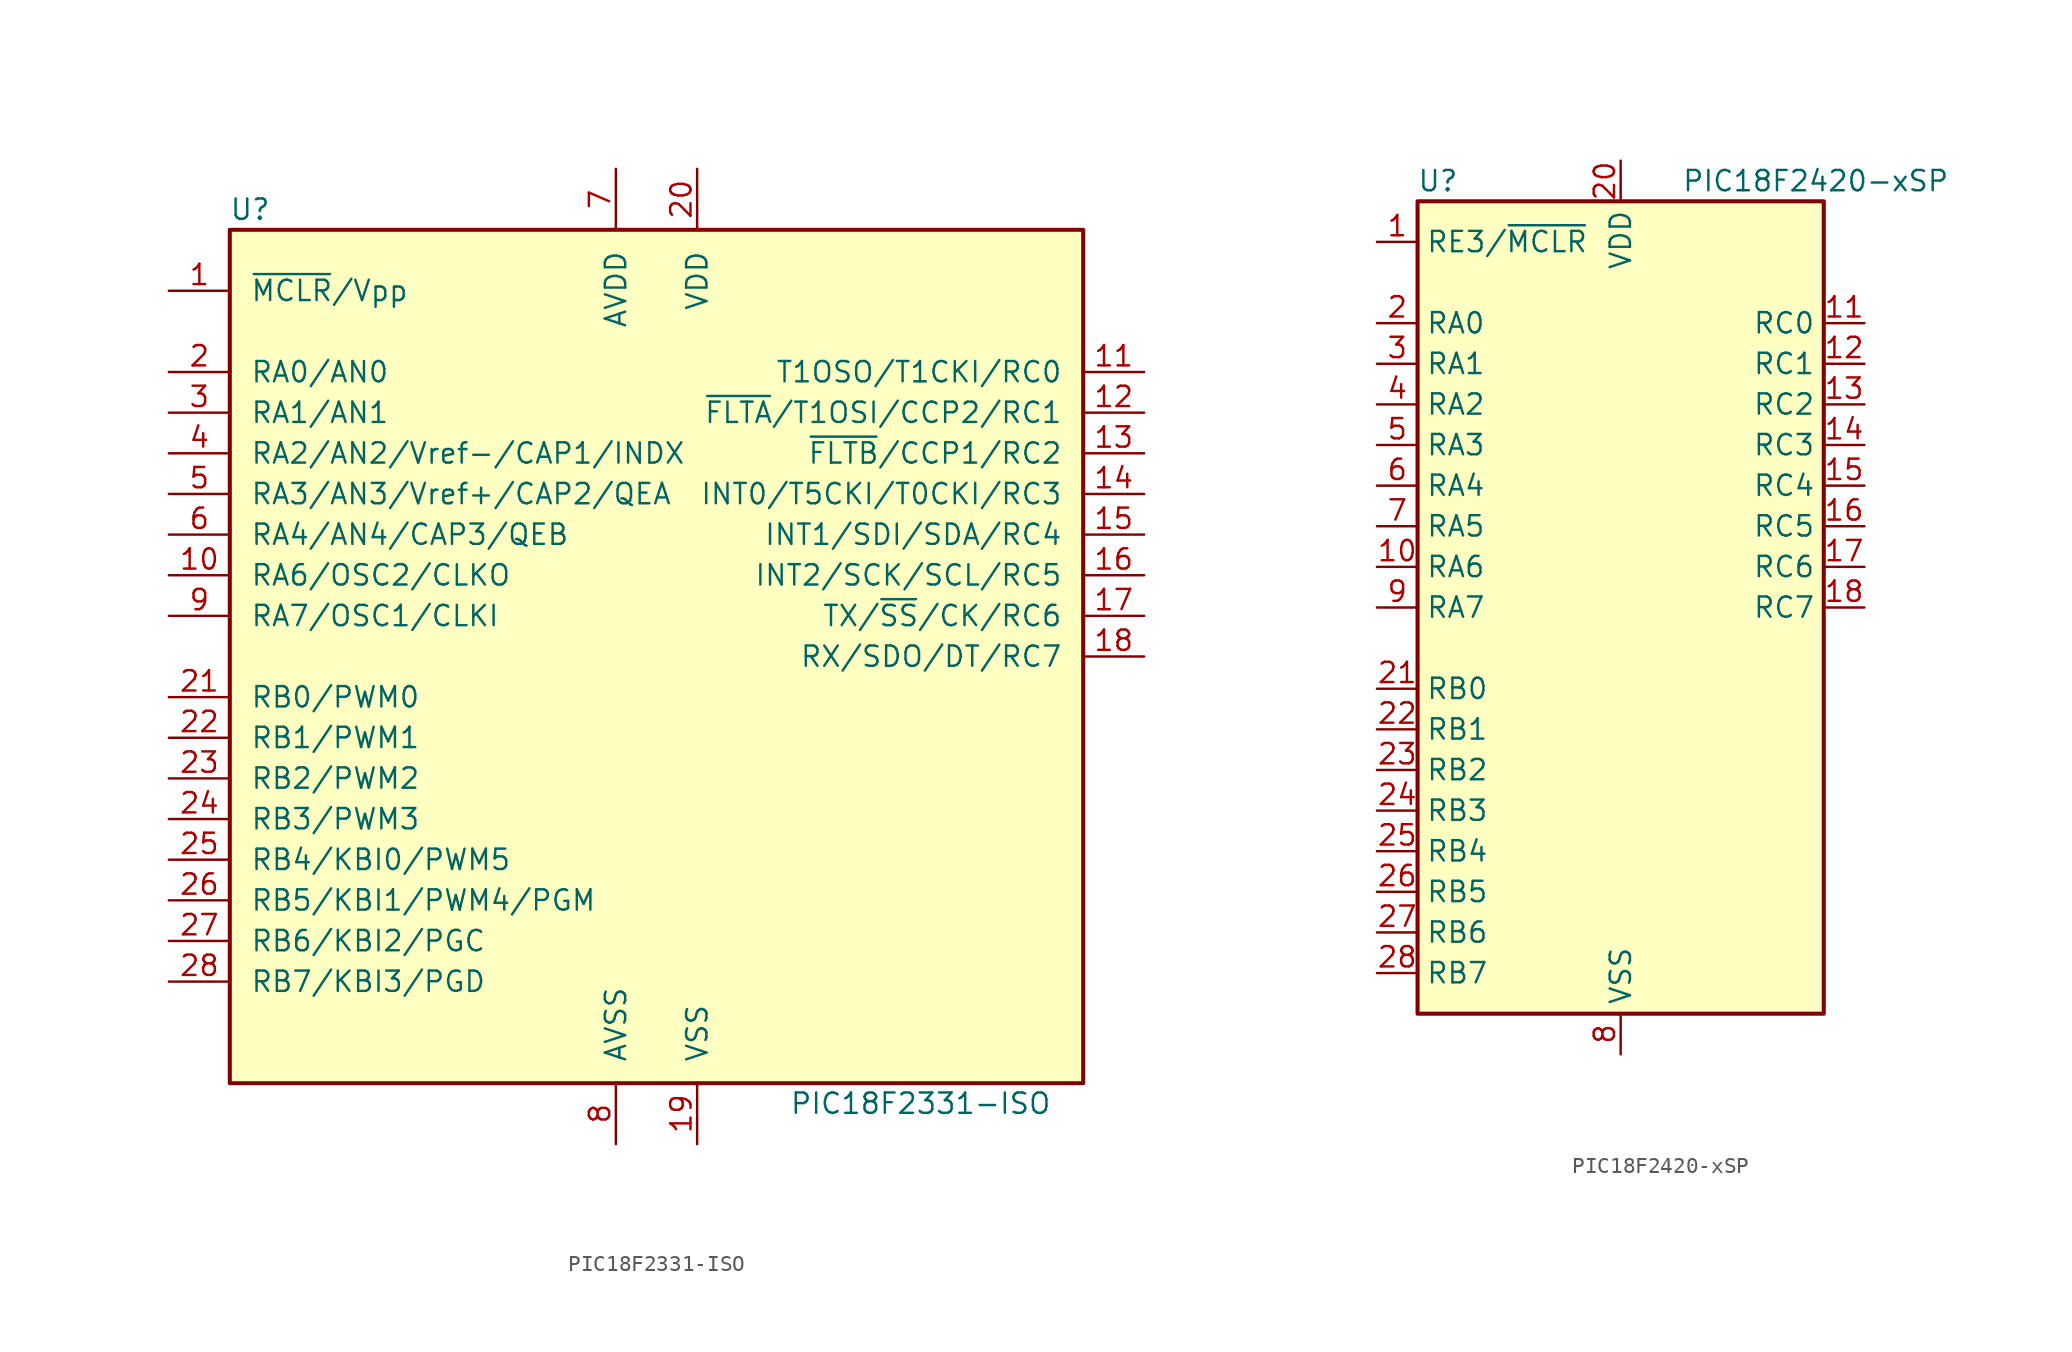
<source format=kicad_sym>
(kicad_symbol_lib
  (version 20220914)
  (generator kicad_symbol_editor)
  (symbol "PIC18F2331-ISO"
    (pin_names
      (offset 1.27))
    (property "Reference" "U"
      (at -25.4 27.94 0)
      (effects (font (size 1.27 1.27))))
    (property "Value" "PIC18F2331-ISO"
      (at 16.51 -27.94 0)
      (effects (font (size 1.27 1.27))))
    (symbol "PIC18F2331-ISO_0_1"
      (rectangle (start -26.67 26.67) (end 26.67 -26.67) (stroke (width 0.254) (type default)) (fill (type background))))
    (symbol "PIC18F2331-ISO_1_1"
      (pin input line (at -30.48 22.86 0) (length 3.81) (name "~{MCLR}/Vpp" (effects (font (size 1.27 1.27)))) (number "1" (effects (font (size 1.27 1.27)))))
      (pin bidirectional line (at -30.48 5.08 0) (length 3.81) (name "RA6/OSC2/CLKO" (effects (font (size 1.27 1.27)))) (number "10" (effects (font (size 1.27 1.27)))))
      (pin bidirectional line (at 30.48 17.78 180) (length 3.81) (name "T1OSO/T1CKI/RC0" (effects (font (size 1.27 1.27)))) (number "11" (effects (font (size 1.27 1.27)))))
      (pin bidirectional line (at 30.48 15.24 180) (length 3.81) (name "~{FLTA}/T1OSI/CCP2/RC1" (effects (font (size 1.27 1.27)))) (number "12" (effects (font (size 1.27 1.27)))))
      (pin bidirectional line (at 30.48 12.7 180) (length 3.81) (name "~{FLTB}/CCP1/RC2" (effects (font (size 1.27 1.27)))) (number "13" (effects (font (size 1.27 1.27)))))
      (pin bidirectional line (at 30.48 10.16 180) (length 3.81) (name "INT0/T5CKI/T0CKI/RC3" (effects (font (size 1.27 1.27)))) (number "14" (effects (font (size 1.27 1.27)))))
      (pin bidirectional line (at 30.48 7.62 180) (length 3.81) (name "INT1/SDI/SDA/RC4" (effects (font (size 1.27 1.27)))) (number "15" (effects (font (size 1.27 1.27)))))
      (pin bidirectional line (at 30.48 5.08 180) (length 3.81) (name "INT2/SCK/SCL/RC5" (effects (font (size 1.27 1.27)))) (number "16" (effects (font (size 1.27 1.27)))))
      (pin bidirectional line (at 30.48 2.54 180) (length 3.81) (name "TX/~{SS}/CK/RC6" (effects (font (size 1.27 1.27)))) (number "17" (effects (font (size 1.27 1.27)))))
      (pin bidirectional line (at 30.48 0 180) (length 3.81) (name "RX/SDO/DT/RC7" (effects (font (size 1.27 1.27)))) (number "18" (effects (font (size 1.27 1.27)))))
      (pin power_in line (at 2.54 -30.48 90) (length 3.81) (name "VSS" (effects (font (size 1.27 1.27)))) (number "19" (effects (font (size 1.27 1.27)))))
      (pin bidirectional line (at -30.48 17.78 0) (length 3.81) (name "RA0/AN0" (effects (font (size 1.27 1.27)))) (number "2" (effects (font (size 1.27 1.27)))))
      (pin power_in line (at 2.54 30.48 270) (length 3.81) (name "VDD" (effects (font (size 1.27 1.27)))) (number "20" (effects (font (size 1.27 1.27)))))
      (pin bidirectional line (at -30.48 -2.54 0) (length 3.81) (name "RB0/PWM0" (effects (font (size 1.27 1.27)))) (number "21" (effects (font (size 1.27 1.27)))))
      (pin bidirectional line (at -30.48 -5.08 0) (length 3.81) (name "RB1/PWM1" (effects (font (size 1.27 1.27)))) (number "22" (effects (font (size 1.27 1.27)))))
      (pin bidirectional line (at -30.48 -7.62 0) (length 3.81) (name "RB2/PWM2" (effects (font (size 1.27 1.27)))) (number "23" (effects (font (size 1.27 1.27)))))
      (pin bidirectional line (at -30.48 -10.16 0) (length 3.81) (name "RB3/PWM3" (effects (font (size 1.27 1.27)))) (number "24" (effects (font (size 1.27 1.27)))))
      (pin bidirectional line (at -30.48 -12.7 0) (length 3.81) (name "RB4/KBI0/PWM5" (effects (font (size 1.27 1.27)))) (number "25" (effects (font (size 1.27 1.27)))))
      (pin bidirectional line (at -30.48 -15.24 0) (length 3.81) (name "RB5/KBI1/PWM4/PGM" (effects (font (size 1.27 1.27)))) (number "26" (effects (font (size 1.27 1.27)))))
      (pin bidirectional line (at -30.48 -17.78 0) (length 3.81) (name "RB6/KBI2/PGC" (effects (font (size 1.27 1.27)))) (number "27" (effects (font (size 1.27 1.27)))))
      (pin bidirectional line (at -30.48 -20.32 0) (length 3.81) (name "RB7/KBI3/PGD" (effects (font (size 1.27 1.27)))) (number "28" (effects (font (size 1.27 1.27)))))
      (pin bidirectional line (at -30.48 15.24 0) (length 3.81) (name "RA1/AN1" (effects (font (size 1.27 1.27)))) (number "3" (effects (font (size 1.27 1.27)))))
      (pin bidirectional line (at -30.48 12.7 0) (length 3.81) (name "RA2/AN2/Vref-/CAP1/INDX" (effects (font (size 1.27 1.27)))) (number "4" (effects (font (size 1.27 1.27)))))
      (pin bidirectional line (at -30.48 10.16 0) (length 3.81) (name "RA3/AN3/Vref+/CAP2/QEA" (effects (font (size 1.27 1.27)))) (number "5" (effects (font (size 1.27 1.27)))))
      (pin bidirectional line (at -30.48 7.62 0) (length 3.81) (name "RA4/AN4/CAP3/QEB" (effects (font (size 1.27 1.27)))) (number "6" (effects (font (size 1.27 1.27)))))
      (pin power_in line (at -2.54 30.48 270) (length 3.81) (name "AVDD" (effects (font (size 1.27 1.27)))) (number "7" (effects (font (size 1.27 1.27)))))
      (pin power_in line (at -2.54 -30.48 90) (length 3.81) (name "AVSS" (effects (font (size 1.27 1.27)))) (number "8" (effects (font (size 1.27 1.27)))))
      (pin bidirectional line (at -30.48 2.54 0) (length 3.81) (name "RA7/OSC1/CLKI" (effects (font (size 1.27 1.27)))) (number "9" (effects (font (size 1.27 1.27)))))))
  (symbol "PIC18F2420-xSP"
    (property "Reference" "U"
      (at -11.43 26.67 0)
      (effects (font (size 1.27 1.27))))
    (property "Value" "PIC18F2420-xSP"
      (at 3.81 26.67 0)
      (effects (font (size 1.27 1.27)) (justify left)))
    (symbol "PIC18F2420-xSP_0_1"
      (rectangle (start -12.7 25.4) (end 12.7 -25.4) (stroke (width 0.254) (type default)) (fill (type background))))
    (symbol "PIC18F2420-xSP_1_1"
      (pin input line (at -15.24 22.86 0) (length 2.54) (name "RE3/~{MCLR}" (effects (font (size 1.27 1.27)))) (number "1" (effects (font (size 1.27 1.27)))))
      (pin bidirectional line (at -15.24 2.54 0) (length 2.54) (name "RA6" (effects (font (size 1.27 1.27)))) (number "10" (effects (font (size 1.27 1.27)))))
      (pin bidirectional line (at 15.24 17.78 180) (length 2.54) (name "RC0" (effects (font (size 1.27 1.27)))) (number "11" (effects (font (size 1.27 1.27)))))
      (pin bidirectional line (at 15.24 15.24 180) (length 2.54) (name "RC1" (effects (font (size 1.27 1.27)))) (number "12" (effects (font (size 1.27 1.27)))))
      (pin bidirectional line (at 15.24 12.7 180) (length 2.54) (name "RC2" (effects (font (size 1.27 1.27)))) (number "13" (effects (font (size 1.27 1.27)))))
      (pin bidirectional line (at 15.24 10.16 180) (length 2.54) (name "RC3" (effects (font (size 1.27 1.27)))) (number "14" (effects (font (size 1.27 1.27)))))
      (pin bidirectional line (at 15.24 7.62 180) (length 2.54) (name "RC4" (effects (font (size 1.27 1.27)))) (number "15" (effects (font (size 1.27 1.27)))))
      (pin bidirectional line (at 15.24 5.08 180) (length 2.54) (name "RC5" (effects (font (size 1.27 1.27)))) (number "16" (effects (font (size 1.27 1.27)))))
      (pin bidirectional line (at 15.24 2.54 180) (length 2.54) (name "RC6" (effects (font (size 1.27 1.27)))) (number "17" (effects (font (size 1.27 1.27)))))
      (pin bidirectional line (at 15.24 0 180) (length 2.54) (name "RC7" (effects (font (size 1.27 1.27)))) (number "18" (effects (font (size 1.27 1.27)))))
      (pin passive line (at 0 -27.94 90) (length 2.54) hide (name "VSS" (effects (font (size 1.27 1.27)))) (number "19" (effects (font (size 1.27 1.27)))))
      (pin bidirectional line (at -15.24 17.78 0) (length 2.54) (name "RA0" (effects (font (size 1.27 1.27)))) (number "2" (effects (font (size 1.27 1.27)))))
      (pin power_in line (at 0 27.94 270) (length 2.54) (name "VDD" (effects (font (size 1.27 1.27)))) (number "20" (effects (font (size 1.27 1.27)))))
      (pin bidirectional line (at -15.24 -5.08 0) (length 2.54) (name "RB0" (effects (font (size 1.27 1.27)))) (number "21" (effects (font (size 1.27 1.27)))))
      (pin bidirectional line (at -15.24 -7.62 0) (length 2.54) (name "RB1" (effects (font (size 1.27 1.27)))) (number "22" (effects (font (size 1.27 1.27)))))
      (pin bidirectional line (at -15.24 -10.16 0) (length 2.54) (name "RB2" (effects (font (size 1.27 1.27)))) (number "23" (effects (font (size 1.27 1.27)))))
      (pin bidirectional line (at -15.24 -12.7 0) (length 2.54) (name "RB3" (effects (font (size 1.27 1.27)))) (number "24" (effects (font (size 1.27 1.27)))))
      (pin bidirectional line (at -15.24 -15.24 0) (length 2.54) (name "RB4" (effects (font (size 1.27 1.27)))) (number "25" (effects (font (size 1.27 1.27)))))
      (pin bidirectional line (at -15.24 -17.78 0) (length 2.54) (name "RB5" (effects (font (size 1.27 1.27)))) (number "26" (effects (font (size 1.27 1.27)))))
      (pin bidirectional line (at -15.24 -20.32 0) (length 2.54) (name "RB6" (effects (font (size 1.27 1.27)))) (number "27" (effects (font (size 1.27 1.27)))))
      (pin bidirectional line (at -15.24 -22.86 0) (length 2.54) (name "RB7" (effects (font (size 1.27 1.27)))) (number "28" (effects (font (size 1.27 1.27)))))
      (pin bidirectional line (at -15.24 15.24 0) (length 2.54) (name "RA1" (effects (font (size 1.27 1.27)))) (number "3" (effects (font (size 1.27 1.27)))))
      (pin bidirectional line (at -15.24 12.7 0) (length 2.54) (name "RA2" (effects (font (size 1.27 1.27)))) (number "4" (effects (font (size 1.27 1.27)))))
      (pin bidirectional line (at -15.24 10.16 0) (length 2.54) (name "RA3" (effects (font (size 1.27 1.27)))) (number "5" (effects (font (size 1.27 1.27)))))
      (pin bidirectional line (at -15.24 7.62 0) (length 2.54) (name "RA4" (effects (font (size 1.27 1.27)))) (number "6" (effects (font (size 1.27 1.27)))))
      (pin bidirectional line (at -15.24 5.08 0) (length 2.54) (name "RA5" (effects (font (size 1.27 1.27)))) (number "7" (effects (font (size 1.27 1.27)))))
      (pin power_in line (at 0 -27.94 90) (length 2.54) (name "VSS" (effects (font (size 1.27 1.27)))) (number "8" (effects (font (size 1.27 1.27)))))
      (pin bidirectional line (at -15.24 0 0) (length 2.54) (name "RA7" (effects (font (size 1.27 1.27)))) (number "9" (effects (font (size 1.27 1.27))))))))
</source>
